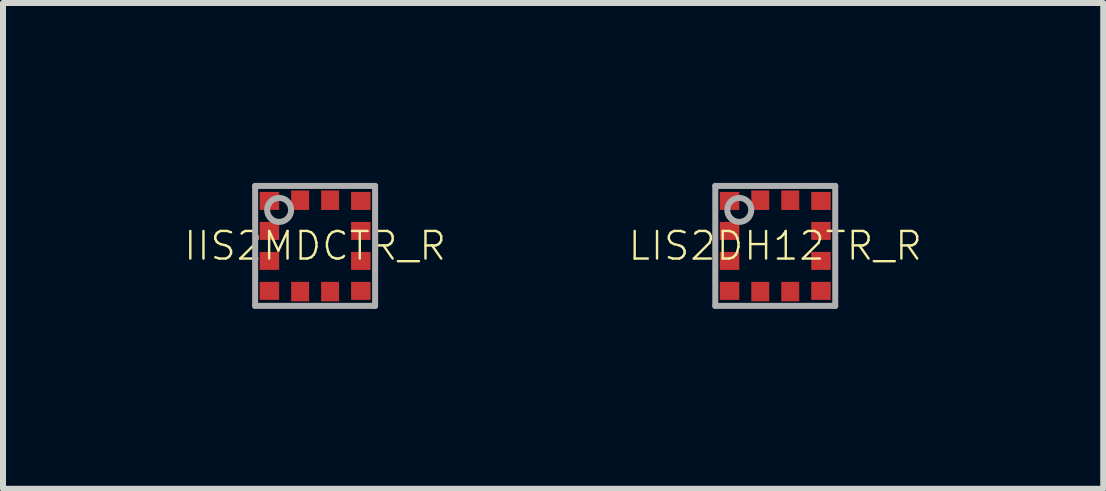
<source format=kicad_pcb>
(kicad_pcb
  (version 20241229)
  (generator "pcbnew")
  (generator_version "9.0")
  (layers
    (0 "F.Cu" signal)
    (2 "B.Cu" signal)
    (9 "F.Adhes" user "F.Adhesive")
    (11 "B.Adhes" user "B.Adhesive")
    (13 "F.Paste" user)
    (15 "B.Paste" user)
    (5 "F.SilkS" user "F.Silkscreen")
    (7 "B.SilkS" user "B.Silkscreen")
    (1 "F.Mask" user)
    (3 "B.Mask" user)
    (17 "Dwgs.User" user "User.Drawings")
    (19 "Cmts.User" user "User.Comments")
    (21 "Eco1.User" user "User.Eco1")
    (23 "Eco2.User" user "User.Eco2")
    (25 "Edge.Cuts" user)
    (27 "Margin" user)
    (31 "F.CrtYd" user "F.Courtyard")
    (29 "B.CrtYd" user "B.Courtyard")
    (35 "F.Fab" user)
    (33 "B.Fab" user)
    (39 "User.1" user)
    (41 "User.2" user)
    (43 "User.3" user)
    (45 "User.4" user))
  (footprint "LIS2DH12TR_R"
    (layer "F.Cu")
    (at 9.876 1.05)
    (property "Reference" "LIS2DH12TR_R" (at 0 0 0) (unlocked yes) (layer "F.SilkS") (effects (font (size 0.46 0.46) (thickness 0.04))))
    (fp_poly (pts (xy -0.975 -0.55) (xy -0.55 -0.55) (xy -0.55 -0.95) (xy -0.975 -0.95)) (stroke (width 0) (type default)) (fill yes) (layer "F.Mask"))
    (fp_poly (pts (xy -0.975 -0.05) (xy -0.55 -0.05) (xy -0.55 -0.45) (xy -0.975 -0.45)) (stroke (width 0) (type default)) (fill yes) (layer "F.Mask"))
    (fp_poly (pts (xy -0.975 0.45) (xy -0.55 0.45) (xy -0.55 0.05) (xy -0.975 0.05)) (stroke (width 0) (type default)) (fill yes) (layer "F.Mask"))
    (fp_poly (pts (xy -0.975 0.95) (xy -0.55 0.95) (xy -0.55 0.55) (xy -0.975 0.55)) (stroke (width 0) (type default)) (fill yes) (layer "F.Mask"))
    (fp_poly (pts (xy -0.45 -0.55) (xy -0.05 -0.55) (xy -0.05 -0.975) (xy -0.45 -0.975)) (stroke (width 0) (type default)) (fill yes) (layer "F.Mask"))
    (fp_poly (pts (xy -0.45 0.975) (xy -0.05 0.975) (xy -0.05 0.55) (xy -0.45 0.55)) (stroke (width 0) (type default)) (fill yes) (layer "F.Mask"))
    (fp_poly (pts (xy 0.05 -0.55) (xy 0.45 -0.55) (xy 0.45 -0.975) (xy 0.05 -0.975)) (stroke (width 0) (type default)) (fill yes) (layer "F.Mask"))
    (fp_poly (pts (xy 0.05 0.975) (xy 0.45 0.975) (xy 0.45 0.55) (xy 0.05 0.55)) (stroke (width 0) (type default)) (fill yes) (layer "F.Mask"))
    (fp_poly (pts (xy 0.55 -0.55) (xy 0.975 -0.55) (xy 0.975 -0.95) (xy 0.55 -0.95)) (stroke (width 0) (type default)) (fill yes) (layer "F.Mask"))
    (fp_poly (pts (xy 0.55 -0.05) (xy 0.975 -0.05) (xy 0.975 -0.45) (xy 0.55 -0.45)) (stroke (width 0) (type default)) (fill yes) (layer "F.Mask"))
    (fp_poly (pts (xy 0.55 0.45) (xy 0.975 0.45) (xy 0.975 0.05) (xy 0.55 0.05)) (stroke (width 0) (type default)) (fill yes) (layer "F.Mask"))
    (fp_poly (pts (xy 0.55 0.95) (xy 0.975 0.95) (xy 0.975 0.55) (xy 0.55 0.55)) (stroke (width 0) (type default)) (fill yes) (layer "F.Mask"))
    (fp_poly (pts (xy -0.6 -0.6) (xy -0.925 -0.6) (xy -0.925 -0.9) (xy -0.6 -0.9)) (stroke (width 0) (type default)) (fill yes) (layer "F.Paste"))
    (fp_poly (pts (xy -0.6 -0.1) (xy -0.925 -0.1) (xy -0.925 -0.4) (xy -0.6 -0.4)) (stroke (width 0) (type default)) (fill yes) (layer "F.Paste"))
    (fp_poly (pts (xy -0.6 0.4) (xy -0.925 0.4) (xy -0.925 0.1) (xy -0.6 0.1)) (stroke (width 0) (type default)) (fill yes) (layer "F.Paste"))
    (fp_poly (pts (xy -0.6 0.9) (xy -0.925 0.9) (xy -0.925 0.6) (xy -0.6 0.6)) (stroke (width 0) (type default)) (fill yes) (layer "F.Paste"))
    (fp_poly (pts (xy -0.1 -0.6) (xy -0.4 -0.6) (xy -0.4 -0.925) (xy -0.1 -0.925)) (stroke (width 0) (type default)) (fill yes) (layer "F.Paste"))
    (fp_poly (pts (xy -0.1 0.925) (xy -0.4 0.925) (xy -0.4 0.6) (xy -0.1 0.6)) (stroke (width 0) (type default)) (fill yes) (layer "F.Paste"))
    (fp_poly (pts (xy 0.4 -0.6) (xy 0.1 -0.6) (xy 0.1 -0.925) (xy 0.4 -0.925)) (stroke (width 0) (type default)) (fill yes) (layer "F.Paste"))
    (fp_poly (pts (xy 0.4 0.925) (xy 0.1 0.925) (xy 0.1 0.6) (xy 0.4 0.6)) (stroke (width 0) (type default)) (fill yes) (layer "F.Paste"))
    (fp_poly (pts (xy 0.925 -0.6) (xy 0.6 -0.6) (xy 0.6 -0.9) (xy 0.925 -0.9)) (stroke (width 0) (type default)) (fill yes) (layer "F.Paste"))
    (fp_poly (pts (xy 0.925 -0.1) (xy 0.6 -0.1) (xy 0.6 -0.4) (xy 0.925 -0.4)) (stroke (width 0) (type default)) (fill yes) (layer "F.Paste"))
    (fp_poly (pts (xy 0.925 0.4) (xy 0.6 0.4) (xy 0.6 0.1) (xy 0.925 0.1)) (stroke (width 0) (type default)) (fill yes) (layer "F.Paste"))
    (fp_poly (pts (xy 0.925 0.9) (xy 0.6 0.9) (xy 0.6 0.6) (xy 0.925 0.6)) (stroke (width 0) (type default)) (fill yes) (layer "F.Paste"))
    (fp_line (start -1 -1) (end 1 -1) (stroke (width 0.1) (type solid)) (layer "F.Fab"))
    (fp_line (start -1 1) (end -1 -1) (stroke (width 0.1) (type solid)) (layer "F.Fab"))
    (fp_line (start 1 -1) (end 1 1) (stroke (width 0.1) (type solid)) (layer "F.Fab"))
    (fp_line (start 1 1) (end -1 1) (stroke (width 0.1) (type solid)) (layer "F.Fab"))
    (fp_circle (center -0.6 -0.6) (end -0.4 -0.6) (stroke (width 0.1) (type solid)) (fill no) (layer "F.Fab"))
    (pad "1" smd rect (at -0.762 -0.75) (size 0.325 0.3) (layers "F.Cu"))
    (pad "2" smd rect (at -0.762 -0.25) (size 0.325 0.3) (layers "F.Cu"))
    (pad "3" smd rect (at -0.762 0.25) (size 0.325 0.3) (layers "F.Cu"))
    (pad "4" smd rect (at -0.762 0.75) (size 0.325 0.3) (layers "F.Cu"))
    (pad "5" smd rect (at -0.25 0.762 90) (size 0.325 0.3) (layers "F.Cu"))
    (pad "6" smd rect (at 0.25 0.762 90) (size 0.325 0.3) (layers "F.Cu"))
    (pad "7" smd rect (at 0.762 0.75) (size 0.325 0.3) (layers "F.Cu"))
    (pad "8" smd rect (at 0.762 0.25) (size 0.325 0.3) (layers "F.Cu"))
    (pad "9" smd rect (at 0.762 -0.25) (size 0.325 0.3) (layers "F.Cu"))
    (pad "10" smd rect (at 0.762 -0.75) (size 0.325 0.3) (layers "F.Cu"))
    (pad "11" smd rect (at 0.25 -0.762 90) (size 0.325 0.3) (layers "F.Cu"))
    (pad "12" smd rect (at -0.25 -0.762 90) (size 0.325 0.3) (layers "F.Cu")))
  (footprint "IIS2MDCTR_R"
    (layer "F.Cu")
    (at 2.204 1.05)
    (property "Reference" "IIS2MDCTR_R" (at 0 0 0) (unlocked yes) (layer "F.SilkS") (effects (font (size 0.46 0.46) (thickness 0.04))))
    (fp_poly (pts (xy -0.975 -0.55) (xy -0.55 -0.55) (xy -0.55 -0.95) (xy -0.975 -0.95)) (stroke (width 0) (type default)) (fill yes) (layer "F.Mask"))
    (fp_poly (pts (xy -0.975 -0.05) (xy -0.55 -0.05) (xy -0.55 -0.45) (xy -0.975 -0.45)) (stroke (width 0) (type default)) (fill yes) (layer "F.Mask"))
    (fp_poly (pts (xy -0.975 0.45) (xy -0.55 0.45) (xy -0.55 0.05) (xy -0.975 0.05)) (stroke (width 0) (type default)) (fill yes) (layer "F.Mask"))
    (fp_poly (pts (xy -0.975 0.95) (xy -0.55 0.95) (xy -0.55 0.55) (xy -0.975 0.55)) (stroke (width 0) (type default)) (fill yes) (layer "F.Mask"))
    (fp_poly (pts (xy -0.45 -0.55) (xy -0.05 -0.55) (xy -0.05 -0.975) (xy -0.45 -0.975)) (stroke (width 0) (type default)) (fill yes) (layer "F.Mask"))
    (fp_poly (pts (xy -0.45 0.975) (xy -0.05 0.975) (xy -0.05 0.55) (xy -0.45 0.55)) (stroke (width 0) (type default)) (fill yes) (layer "F.Mask"))
    (fp_poly (pts (xy 0.05 -0.55) (xy 0.45 -0.55) (xy 0.45 -0.975) (xy 0.05 -0.975)) (stroke (width 0) (type default)) (fill yes) (layer "F.Mask"))
    (fp_poly (pts (xy 0.05 0.975) (xy 0.45 0.975) (xy 0.45 0.55) (xy 0.05 0.55)) (stroke (width 0) (type default)) (fill yes) (layer "F.Mask"))
    (fp_poly (pts (xy 0.55 -0.55) (xy 0.975 -0.55) (xy 0.975 -0.95) (xy 0.55 -0.95)) (stroke (width 0) (type default)) (fill yes) (layer "F.Mask"))
    (fp_poly (pts (xy 0.55 -0.05) (xy 0.975 -0.05) (xy 0.975 -0.45) (xy 0.55 -0.45)) (stroke (width 0) (type default)) (fill yes) (layer "F.Mask"))
    (fp_poly (pts (xy 0.55 0.45) (xy 0.975 0.45) (xy 0.975 0.05) (xy 0.55 0.05)) (stroke (width 0) (type default)) (fill yes) (layer "F.Mask"))
    (fp_poly (pts (xy 0.55 0.95) (xy 0.975 0.95) (xy 0.975 0.55) (xy 0.55 0.55)) (stroke (width 0) (type default)) (fill yes) (layer "F.Mask"))
    (fp_poly (pts (xy -0.6 -0.6) (xy -0.925 -0.6) (xy -0.925 -0.9) (xy -0.6 -0.9)) (stroke (width 0) (type default)) (fill yes) (layer "F.Paste"))
    (fp_poly (pts (xy -0.6 -0.1) (xy -0.925 -0.1) (xy -0.925 -0.4) (xy -0.6 -0.4)) (stroke (width 0) (type default)) (fill yes) (layer "F.Paste"))
    (fp_poly (pts (xy -0.6 0.4) (xy -0.925 0.4) (xy -0.925 0.1) (xy -0.6 0.1)) (stroke (width 0) (type default)) (fill yes) (layer "F.Paste"))
    (fp_poly (pts (xy -0.6 0.9) (xy -0.925 0.9) (xy -0.925 0.6) (xy -0.6 0.6)) (stroke (width 0) (type default)) (fill yes) (layer "F.Paste"))
    (fp_poly (pts (xy -0.1 -0.6) (xy -0.4 -0.6) (xy -0.4 -0.925) (xy -0.1 -0.925)) (stroke (width 0) (type default)) (fill yes) (layer "F.Paste"))
    (fp_poly (pts (xy -0.1 0.925) (xy -0.4 0.925) (xy -0.4 0.6) (xy -0.1 0.6)) (stroke (width 0) (type default)) (fill yes) (layer "F.Paste"))
    (fp_poly (pts (xy 0.4 -0.6) (xy 0.1 -0.6) (xy 0.1 -0.925) (xy 0.4 -0.925)) (stroke (width 0) (type default)) (fill yes) (layer "F.Paste"))
    (fp_poly (pts (xy 0.4 0.925) (xy 0.1 0.925) (xy 0.1 0.6) (xy 0.4 0.6)) (stroke (width 0) (type default)) (fill yes) (layer "F.Paste"))
    (fp_poly (pts (xy 0.925 -0.6) (xy 0.6 -0.6) (xy 0.6 -0.9) (xy 0.925 -0.9)) (stroke (width 0) (type default)) (fill yes) (layer "F.Paste"))
    (fp_poly (pts (xy 0.925 -0.1) (xy 0.6 -0.1) (xy 0.6 -0.4) (xy 0.925 -0.4)) (stroke (width 0) (type default)) (fill yes) (layer "F.Paste"))
    (fp_poly (pts (xy 0.925 0.4) (xy 0.6 0.4) (xy 0.6 0.1) (xy 0.925 0.1)) (stroke (width 0) (type default)) (fill yes) (layer "F.Paste"))
    (fp_poly (pts (xy 0.925 0.9) (xy 0.6 0.9) (xy 0.6 0.6) (xy 0.925 0.6)) (stroke (width 0) (type default)) (fill yes) (layer "F.Paste"))
    (fp_line (start -1 -1) (end 1 -1) (stroke (width 0.1) (type solid)) (layer "F.Fab"))
    (fp_line (start -1 1) (end -1 -1) (stroke (width 0.1) (type solid)) (layer "F.Fab"))
    (fp_line (start 1 -1) (end 1 1) (stroke (width 0.1) (type solid)) (layer "F.Fab"))
    (fp_line (start 1 1) (end -1 1) (stroke (width 0.1) (type solid)) (layer "F.Fab"))
    (fp_circle (center -0.6 -0.6) (end -0.4 -0.6) (stroke (width 0.1) (type solid)) (fill no) (layer "F.Fab"))
    (pad "1" smd rect (at -0.762 -0.75) (size 0.325 0.3) (layers "F.Cu"))
    (pad "2" smd rect (at -0.762 -0.25) (size 0.325 0.3) (layers "F.Cu"))
    (pad "3" smd rect (at -0.762 0.25) (size 0.325 0.3) (layers "F.Cu"))
    (pad "4" smd rect (at -0.762 0.75) (size 0.325 0.3) (layers "F.Cu"))
    (pad "5" smd rect (at -0.25 0.762 90) (size 0.325 0.3) (layers "F.Cu"))
    (pad "6" smd rect (at 0.25 0.762 90) (size 0.325 0.3) (layers "F.Cu"))
    (pad "7" smd rect (at 0.762 0.75) (size 0.325 0.3) (layers "F.Cu"))
    (pad "8" smd rect (at 0.762 0.25) (size 0.325 0.3) (layers "F.Cu"))
    (pad "9" smd rect (at 0.762 -0.25) (size 0.325 0.3) (layers "F.Cu"))
    (pad "10" smd rect (at 0.762 -0.75) (size 0.325 0.3) (layers "F.Cu"))
    (pad "11" smd rect (at 0.25 -0.762 90) (size 0.325 0.3) (layers "F.Cu"))
    (pad "12" smd rect (at -0.25 -0.762 90) (size 0.325 0.3) (layers "F.Cu")))
  (gr_rect
    (start -3 -3)
    (end 15.344 5.1)
    (stroke (width 0.1) (type default))
    (fill no)
    (layer "Edge.Cuts")))
</source>
